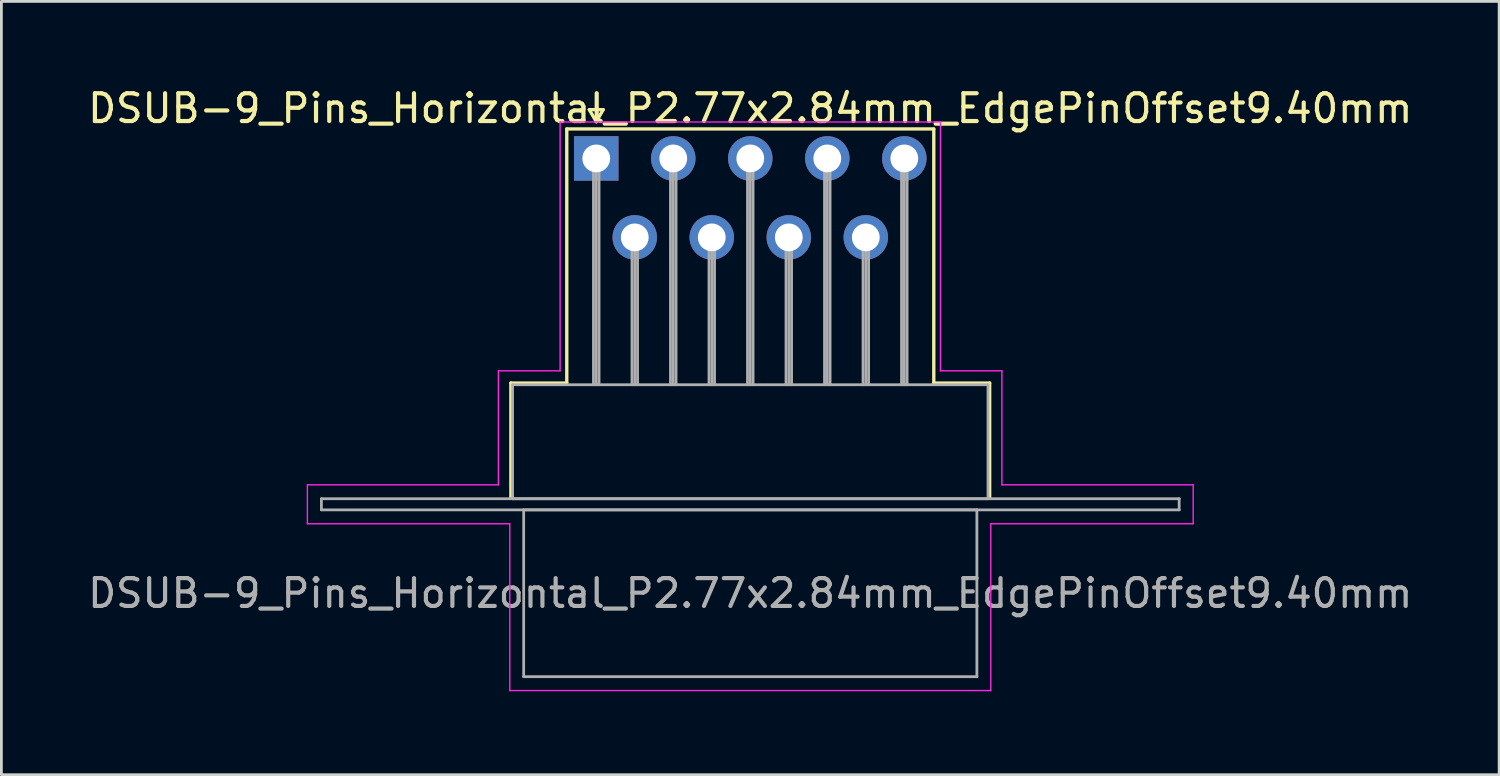
<source format=kicad_pcb>
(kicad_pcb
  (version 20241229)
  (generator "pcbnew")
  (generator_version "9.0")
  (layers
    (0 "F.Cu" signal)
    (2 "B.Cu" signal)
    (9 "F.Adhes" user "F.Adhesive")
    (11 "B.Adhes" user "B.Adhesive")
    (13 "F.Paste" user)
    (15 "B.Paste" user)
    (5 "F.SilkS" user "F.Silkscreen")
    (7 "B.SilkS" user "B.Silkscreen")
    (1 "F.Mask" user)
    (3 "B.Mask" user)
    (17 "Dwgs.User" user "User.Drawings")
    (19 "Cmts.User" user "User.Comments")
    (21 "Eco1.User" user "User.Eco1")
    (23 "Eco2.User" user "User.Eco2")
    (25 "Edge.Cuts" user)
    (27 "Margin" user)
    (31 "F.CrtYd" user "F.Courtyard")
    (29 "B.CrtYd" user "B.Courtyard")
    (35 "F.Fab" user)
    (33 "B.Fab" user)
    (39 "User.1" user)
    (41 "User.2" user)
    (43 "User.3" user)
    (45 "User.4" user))
  (footprint "DSUB-9_Pins_Horizontal_P2.77x2.84mm_EdgePinOffset9.40mm"
    (layer "F.Cu")
    (at 18.395 2.648)
    (property "Reference" "DSUB-9_Pins_Horizontal_P2.77x2.84mm_EdgePinOffset9.40mm" (at 5.54 -1.8 0) (layer "F.SilkS") (effects (font (size 1 1) (thickness 0.15))))
    (attr through_hole)
    (fp_line (start -3.07 8.08) (end -1.06 8.08) (stroke (width 0.12) (type solid)) (layer "F.SilkS"))
    (fp_line (start -3.07 12.18) (end -3.07 8.08) (stroke (width 0.12) (type solid)) (layer "F.SilkS"))
    (fp_line (start -1.06 -1.06) (end 12.14 -1.06) (stroke (width 0.12) (type solid)) (layer "F.SilkS"))
    (fp_line (start -1.06 8.08) (end -1.06 -1.06) (stroke (width 0.12) (type solid)) (layer "F.SilkS"))
    (fp_line (start -0.25 -1.754) (end 0.25 -1.754) (stroke (width 0.12) (type solid)) (layer "F.SilkS"))
    (fp_line (start 0 -1.321) (end -0.25 -1.754) (stroke (width 0.12) (type solid)) (layer "F.SilkS"))
    (fp_line (start 0.25 -1.754) (end 0 -1.321) (stroke (width 0.12) (type solid)) (layer "F.SilkS"))
    (fp_line (start 12.14 -1.06) (end 12.14 8.08) (stroke (width 0.12) (type solid)) (layer "F.SilkS"))
    (fp_line (start 12.14 8.08) (end 14.15 8.08) (stroke (width 0.12) (type solid)) (layer "F.SilkS"))
    (fp_line (start 14.15 8.08) (end 14.15 12.18) (stroke (width 0.12) (type solid)) (layer "F.SilkS"))
    (fp_line (start -10.39 11.74) (end -3.52 11.74) (stroke (width 0.05) (type solid)) (layer "F.CrtYd"))
    (fp_line (start -10.39 13.14) (end -10.39 11.74) (stroke (width 0.05) (type solid)) (layer "F.CrtYd"))
    (fp_line (start -3.52 7.64) (end -1.3 7.64) (stroke (width 0.05) (type solid)) (layer "F.CrtYd"))
    (fp_line (start -3.52 11.74) (end -3.52 7.64) (stroke (width 0.05) (type solid)) (layer "F.CrtYd"))
    (fp_line (start -3.11 13.14) (end -10.39 13.14) (stroke (width 0.05) (type solid)) (layer "F.CrtYd"))
    (fp_line (start -3.11 19.14) (end -3.11 13.14) (stroke (width 0.05) (type solid)) (layer "F.CrtYd"))
    (fp_line (start -1.3 -1.31) (end 12.38 -1.31) (stroke (width 0.05) (type solid)) (layer "F.CrtYd"))
    (fp_line (start -1.3 7.64) (end -1.3 -1.31) (stroke (width 0.05) (type solid)) (layer "F.CrtYd"))
    (fp_line (start 12.38 -1.31) (end 12.38 7.64) (stroke (width 0.05) (type solid)) (layer "F.CrtYd"))
    (fp_line (start 12.38 7.64) (end 14.59 7.64) (stroke (width 0.05) (type solid)) (layer "F.CrtYd"))
    (fp_line (start 14.19 13.14) (end 14.19 19.14) (stroke (width 0.05) (type solid)) (layer "F.CrtYd"))
    (fp_line (start 14.19 19.14) (end -3.11 19.14) (stroke (width 0.05) (type solid)) (layer "F.CrtYd"))
    (fp_line (start 14.59 7.64) (end 14.59 11.74) (stroke (width 0.05) (type solid)) (layer "F.CrtYd"))
    (fp_line (start 14.59 11.74) (end 21.47 11.74) (stroke (width 0.05) (type solid)) (layer "F.CrtYd"))
    (fp_line (start 21.47 11.74) (end 21.47 13.14) (stroke (width 0.05) (type solid)) (layer "F.CrtYd"))
    (fp_line (start 21.47 13.14) (end 14.19 13.14) (stroke (width 0.05) (type solid)) (layer "F.CrtYd"))
    (fp_line (start -9.885 12.24) (end -9.885 12.64) (stroke (width 0.1) (type solid)) (layer "F.Fab"))
    (fp_line (start -9.885 12.64) (end 20.965 12.64) (stroke (width 0.1) (type solid)) (layer "F.Fab"))
    (fp_line (start -3.01 8.14) (end -3.01 12.24) (stroke (width 0.1) (type solid)) (layer "F.Fab"))
    (fp_line (start -3.01 12.24) (end 14.09 12.24) (stroke (width 0.1) (type solid)) (layer "F.Fab"))
    (fp_line (start -2.61 12.64) (end -2.61 18.64) (stroke (width 0.1) (type solid)) (layer "F.Fab"))
    (fp_line (start -2.61 18.64) (end 13.69 18.64) (stroke (width 0.1) (type solid)) (layer "F.Fab"))
    (fp_line (start -0.1 0) (end -0.1 8.14) (stroke (width 0.1) (type solid)) (layer "F.Fab"))
    (fp_line (start 0 0) (end 0 8.14) (stroke (width 0.1) (type solid)) (layer "F.Fab"))
    (fp_line (start 0.1 0) (end 0.1 8.14) (stroke (width 0.1) (type solid)) (layer "F.Fab"))
    (fp_line (start 1.285 2.84) (end 1.285 8.14) (stroke (width 0.1) (type solid)) (layer "F.Fab"))
    (fp_line (start 1.385 2.84) (end 1.385 8.14) (stroke (width 0.1) (type solid)) (layer "F.Fab"))
    (fp_line (start 1.485 2.84) (end 1.485 8.14) (stroke (width 0.1) (type solid)) (layer "F.Fab"))
    (fp_line (start 2.67 0) (end 2.67 8.14) (stroke (width 0.1) (type solid)) (layer "F.Fab"))
    (fp_line (start 2.77 0) (end 2.77 8.14) (stroke (width 0.1) (type solid)) (layer "F.Fab"))
    (fp_line (start 2.87 0) (end 2.87 8.14) (stroke (width 0.1) (type solid)) (layer "F.Fab"))
    (fp_line (start 4.055 2.84) (end 4.055 8.14) (stroke (width 0.1) (type solid)) (layer "F.Fab"))
    (fp_line (start 4.155 2.84) (end 4.155 8.14) (stroke (width 0.1) (type solid)) (layer "F.Fab"))
    (fp_line (start 4.255 2.84) (end 4.255 8.14) (stroke (width 0.1) (type solid)) (layer "F.Fab"))
    (fp_line (start 5.44 0) (end 5.44 8.14) (stroke (width 0.1) (type solid)) (layer "F.Fab"))
    (fp_line (start 5.54 0) (end 5.54 8.14) (stroke (width 0.1) (type solid)) (layer "F.Fab"))
    (fp_line (start 5.64 0) (end 5.64 8.14) (stroke (width 0.1) (type solid)) (layer "F.Fab"))
    (fp_line (start 6.825 2.84) (end 6.825 8.14) (stroke (width 0.1) (type solid)) (layer "F.Fab"))
    (fp_line (start 6.925 2.84) (end 6.925 8.14) (stroke (width 0.1) (type solid)) (layer "F.Fab"))
    (fp_line (start 7.025 2.84) (end 7.025 8.14) (stroke (width 0.1) (type solid)) (layer "F.Fab"))
    (fp_line (start 8.21 0) (end 8.21 8.14) (stroke (width 0.1) (type solid)) (layer "F.Fab"))
    (fp_line (start 8.31 0) (end 8.31 8.14) (stroke (width 0.1) (type solid)) (layer "F.Fab"))
    (fp_line (start 8.41 0) (end 8.41 8.14) (stroke (width 0.1) (type solid)) (layer "F.Fab"))
    (fp_line (start 9.595 2.84) (end 9.595 8.14) (stroke (width 0.1) (type solid)) (layer "F.Fab"))
    (fp_line (start 9.695 2.84) (end 9.695 8.14) (stroke (width 0.1) (type solid)) (layer "F.Fab"))
    (fp_line (start 9.795 2.84) (end 9.795 8.14) (stroke (width 0.1) (type solid)) (layer "F.Fab"))
    (fp_line (start 10.98 0) (end 10.98 8.14) (stroke (width 0.1) (type solid)) (layer "F.Fab"))
    (fp_line (start 11.08 0) (end 11.08 8.14) (stroke (width 0.1) (type solid)) (layer "F.Fab"))
    (fp_line (start 11.18 0) (end 11.18 8.14) (stroke (width 0.1) (type solid)) (layer "F.Fab"))
    (fp_line (start 13.69 12.64) (end -2.61 12.64) (stroke (width 0.1) (type solid)) (layer "F.Fab"))
    (fp_line (start 13.69 18.64) (end 13.69 12.64) (stroke (width 0.1) (type solid)) (layer "F.Fab"))
    (fp_line (start 14.09 8.14) (end -3.01 8.14) (stroke (width 0.1) (type solid)) (layer "F.Fab"))
    (fp_line (start 14.09 12.24) (end 14.09 8.14) (stroke (width 0.1) (type solid)) (layer "F.Fab"))
    (fp_line (start 20.965 12.24) (end -9.885 12.24) (stroke (width 0.1) (type solid)) (layer "F.Fab"))
    (fp_line (start 20.965 12.64) (end 20.965 12.24) (stroke (width 0.1) (type solid)) (layer "F.Fab"))
    (fp_text user "${REFERENCE}" (at 5.54 15.64 0) (layer "F.Fab") (effects (font (size 1 1) (thickness 0.15))))
    (pad "1" thru_hole rect (at 0 0) (size 1.6 1.6) (drill 1) (layers "*.Cu" "*.Mask"))
    (pad "2" thru_hole circle (at 2.77 0) (size 1.6 1.6) (drill 1) (layers "*.Cu" "*.Mask"))
    (pad "3" thru_hole circle (at 5.54 0) (size 1.6 1.6) (drill 1) (layers "*.Cu" "*.Mask"))
    (pad "4" thru_hole circle (at 8.31 0) (size 1.6 1.6) (drill 1) (layers "*.Cu" "*.Mask"))
    (pad "5" thru_hole circle (at 11.08 0) (size 1.6 1.6) (drill 1) (layers "*.Cu" "*.Mask"))
    (pad "6" thru_hole circle (at 1.385 2.84) (size 1.6 1.6) (drill 1) (layers "*.Cu" "*.Mask"))
    (pad "7" thru_hole circle (at 4.155 2.84) (size 1.6 1.6) (drill 1) (layers "*.Cu" "*.Mask"))
    (pad "8" thru_hole circle (at 6.925 2.84) (size 1.6 1.6) (drill 1) (layers "*.Cu" "*.Mask"))
    (pad "9" thru_hole circle (at 9.695 2.84) (size 1.6 1.6) (drill 1) (layers "*.Cu" "*.Mask")))
  (gr_rect
    (start -3 -3)
    (end 50.869 24.813)
    (stroke (width 0.1) (type default))
    (fill no)
    (layer "Edge.Cuts")))
</source>
